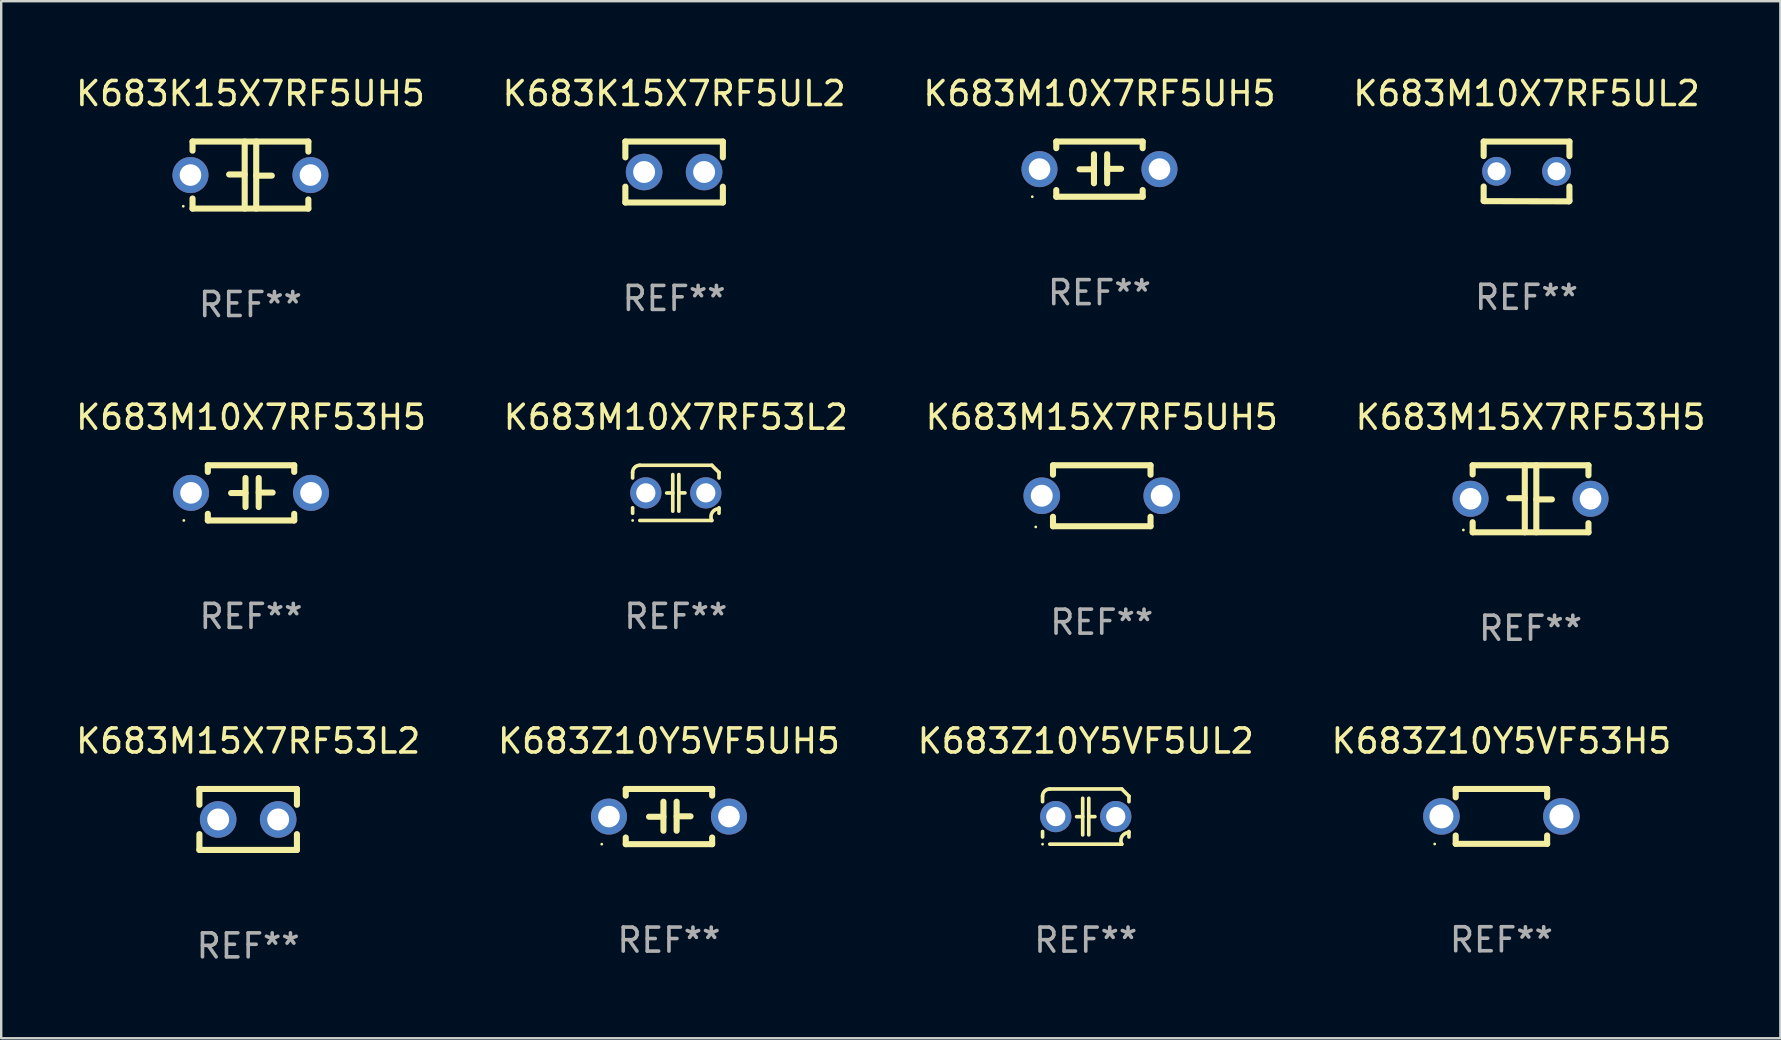
<source format=kicad_pcb>
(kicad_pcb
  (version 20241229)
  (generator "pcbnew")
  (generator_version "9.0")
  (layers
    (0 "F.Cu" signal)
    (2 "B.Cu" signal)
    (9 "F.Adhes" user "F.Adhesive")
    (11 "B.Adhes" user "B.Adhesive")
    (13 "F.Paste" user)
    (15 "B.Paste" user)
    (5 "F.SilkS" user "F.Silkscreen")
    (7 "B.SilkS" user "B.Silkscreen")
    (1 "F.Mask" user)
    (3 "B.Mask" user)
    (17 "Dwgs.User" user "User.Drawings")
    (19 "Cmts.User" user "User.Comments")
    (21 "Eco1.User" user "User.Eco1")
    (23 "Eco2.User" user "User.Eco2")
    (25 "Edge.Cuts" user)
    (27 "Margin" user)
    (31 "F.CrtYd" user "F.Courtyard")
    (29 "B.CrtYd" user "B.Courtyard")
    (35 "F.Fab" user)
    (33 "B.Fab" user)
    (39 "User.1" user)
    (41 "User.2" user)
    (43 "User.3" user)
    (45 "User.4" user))
  (footprint "K683Z10Y5VF5UH5"
    (layer "F.Cu")
    (at 24.827 30.979)
    (property "Reference" "K683Z10Y5VF5UH5" (at 0 -3.15 0) (layer "F.SilkS") (effects (font (size 1 1) (thickness 0.15))))
    (attr through_hole)
    (fp_line (start -1.8 -1.15) (end -1.8 -0.872) (stroke (width 0.254) (type solid)) (layer "F.SilkS"))
    (fp_line (start -1.8 -1.15) (end 1.8 -1.15) (stroke (width 0.254) (type solid)) (layer "F.SilkS"))
    (fp_line (start -1.8 0.872) (end -1.8 1.15) (stroke (width 0.254) (type solid)) (layer "F.SilkS"))
    (fp_line (start -1.8 1.15) (end 1.8 1.15) (stroke (width 0.254) (type solid)) (layer "F.SilkS"))
    (fp_line (start -0.23 -0.62) (end -0.23 0.59) (stroke (width 0.254) (type solid)) (layer "F.SilkS"))
    (fp_line (start -0.23 0.007) (end -0.83 0.007) (stroke (width 0.254) (type solid)) (layer "F.SilkS"))
    (fp_line (start 0.32 -0.62) (end 0.32 0.59) (stroke (width 0.254) (type solid)) (layer "F.SilkS"))
    (fp_line (start 0.32 -0.012) (end 0.9 -0.012) (stroke (width 0.254) (type solid)) (layer "F.SilkS"))
    (fp_line (start 1.8 -1.15) (end 1.8 -0.872) (stroke (width 0.254) (type solid)) (layer "F.SilkS"))
    (fp_line (start 1.8 0.872) (end 1.8 1.15) (stroke (width 0.254) (type solid)) (layer "F.SilkS"))
    (fp_circle (center -2.8 1.15) (end -2.77 1.15) (stroke (width 0.06) (type solid)) (fill no) (layer "F.SilkS"))
    (fp_text user "REF**" (at 0 5.15 0) (layer "F.Fab") (effects (font (size 1 1) (thickness 0.15))))
    (pad "1" thru_hole circle (at -2.5 0) (size 1.5 1.5) (drill 0.9) (layers "*.Cu" "*.Mask"))
    (pad "2" thru_hole circle (at 2.5 0) (size 1.5 1.5) (drill 0.9) (layers "*.Cu" "*.Mask")))
  (footprint "K683M10X7RF5UL2"
    (layer "F.Cu")
    (at 60.565 4.095)
    (property "Reference" "K683M10X7RF5UL2" (at 0 -3.246 0) (layer "F.SilkS") (effects (font (size 1 1) (thickness 0.15))))
    (attr through_hole)
    (fp_line (start -1.787 -1.246) (end -1.787 -0.642) (stroke (width 0.254) (type solid)) (layer "F.SilkS"))
    (fp_line (start -1.787 0.627) (end -1.787 1.228) (stroke (width 0.254) (type solid)) (layer "F.SilkS"))
    (fp_line (start -1.787 1.228) (end -1.75 1.237) (stroke (width 0.254) (type solid)) (layer "F.SilkS"))
    (fp_line (start -1.75 1.237) (end 1.759 1.246) (stroke (width 0.254) (type solid)) (layer "F.SilkS"))
    (fp_line (start 1.759 1.246) (end 1.787 1.218) (stroke (width 0.254) (type solid)) (layer "F.SilkS"))
    (fp_line (start 1.787 -1.246) (end -1.787 -1.246) (stroke (width 0.254) (type solid)) (layer "F.SilkS"))
    (fp_line (start 1.787 -0.639) (end 1.787 -1.246) (stroke (width 0.254) (type solid)) (layer "F.SilkS"))
    (fp_line (start 1.787 1.237) (end 1.787 0.625) (stroke (width 0.254) (type solid)) (layer "F.SilkS"))
    (fp_circle (center -1.801 1.243) (end -1.771 1.243) (stroke (width 0.06) (type solid)) (fill no) (layer "F.SilkS"))
    (fp_text user "REF**" (at 0 5.246 0) (layer "F.Fab") (effects (font (size 1 1) (thickness 0.15))))
    (pad "1" thru_hole circle (at -1.251 -0.007) (size 1.2 1.2) (drill 0.75) (layers "*.Cu" "*.Mask"))
    (pad "2" thru_hole circle (at 1.249 -0.007) (size 1.2 1.2) (drill 0.75) (layers "*.Cu" "*.Mask")))
  (footprint "K683Z10Y5VF53H5"
    (layer "F.Cu")
    (at 59.518 30.972)
    (property "Reference" "K683Z10Y5VF53H5" (at 0 -3.143 0) (layer "F.SilkS") (effects (font (size 1 1) (thickness 0.15))))
    (attr through_hole)
    (fp_line (start -1.905 -1.143) (end 1.905 -1.143) (stroke (width 0.254) (type solid)) (layer "F.SilkS"))
    (fp_line (start -1.905 -0.795) (end -1.905 -1.143) (stroke (width 0.254) (type solid)) (layer "F.SilkS"))
    (fp_line (start -1.905 1.143) (end -1.905 0.795) (stroke (width 0.254) (type solid)) (layer "F.SilkS"))
    (fp_line (start 1.905 -1.143) (end 1.905 -0.795) (stroke (width 0.254) (type solid)) (layer "F.SilkS"))
    (fp_line (start 1.905 0.795) (end 1.905 1.143) (stroke (width 0.254) (type solid)) (layer "F.SilkS"))
    (fp_line (start 1.905 1.143) (end -1.905 1.143) (stroke (width 0.254) (type solid)) (layer "F.SilkS"))
    (fp_circle (center -2.781 1.15) (end -2.751 1.15) (stroke (width 0.06) (type solid)) (fill no) (layer "F.SilkS"))
    (fp_text user "REF**" (at 0 5.143 0) (layer "F.Fab") (effects (font (size 1 1) (thickness 0.15))))
    (pad "1" thru_hole circle (at -2.5 0) (size 1.524 1.524) (drill 1) (layers "*.Cu" "*.Mask"))
    (pad "2" thru_hole circle (at 2.5 0) (size 1.524 1.524) (drill 1) (layers "*.Cu" "*.Mask")))
  (footprint "K683M15X7RF5UH5"
    (layer "F.Cu")
    (at 42.863 17.609)
    (property "Reference" "K683M15X7RF5UH5" (at 0 -3.27 0) (layer "F.SilkS") (effects (font (size 1 1) (thickness 0.15))))
    (attr through_hole)
    (fp_line (start -2.032 -1.27) (end -2.032 -0.876) (stroke (width 0.254) (type solid)) (layer "F.SilkS"))
    (fp_line (start -2.032 0.876) (end -2.032 1.27) (stroke (width 0.254) (type solid)) (layer "F.SilkS"))
    (fp_line (start -2.032 1.27) (end 2.032 1.27) (stroke (width 0.254) (type solid)) (layer "F.SilkS"))
    (fp_line (start 2.032 -1.27) (end -2.032 -1.27) (stroke (width 0.254) (type solid)) (layer "F.SilkS"))
    (fp_line (start 2.032 -0.876) (end 2.032 -1.27) (stroke (width 0.254) (type solid)) (layer "F.SilkS"))
    (fp_line (start 2.032 1.27) (end 2.032 0.876) (stroke (width 0.254) (type solid)) (layer "F.SilkS"))
    (fp_circle (center -2.751 1.3) (end -2.721 1.3) (stroke (width 0.06) (type solid)) (fill no) (layer "F.SilkS"))
    (fp_text user "REF**" (at 0 5.27 0) (layer "F.Fab") (effects (font (size 1 1) (thickness 0.15))))
    (pad "1" thru_hole circle (at -2.5 0) (size 1.524 1.524) (drill 0.914) (layers "*.Cu" "*.Mask"))
    (pad "2" thru_hole circle (at 2.5 0) (size 1.524 1.524) (drill 0.914) (layers "*.Cu" "*.Mask")))
  (footprint "K683M10X7RF53H5"
    (layer "F.Cu")
    (at 7.411 17.489)
    (property "Reference" "K683M10X7RF53H5" (at 0 -3.15 0) (layer "F.SilkS") (effects (font (size 1 1) (thickness 0.15))))
    (attr through_hole)
    (fp_line (start -1.8 -1.15) (end -1.8 -0.872) (stroke (width 0.254) (type solid)) (layer "F.SilkS"))
    (fp_line (start -1.8 -1.15) (end 1.8 -1.15) (stroke (width 0.254) (type solid)) (layer "F.SilkS"))
    (fp_line (start -1.8 0.872) (end -1.8 1.15) (stroke (width 0.254) (type solid)) (layer "F.SilkS"))
    (fp_line (start -1.8 1.15) (end 1.8 1.15) (stroke (width 0.254) (type solid)) (layer "F.SilkS"))
    (fp_line (start -0.23 -0.62) (end -0.23 0.59) (stroke (width 0.254) (type solid)) (layer "F.SilkS"))
    (fp_line (start -0.23 0.007) (end -0.83 0.007) (stroke (width 0.254) (type solid)) (layer "F.SilkS"))
    (fp_line (start 0.32 -0.62) (end 0.32 0.59) (stroke (width 0.254) (type solid)) (layer "F.SilkS"))
    (fp_line (start 0.32 -0.012) (end 0.9 -0.012) (stroke (width 0.254) (type solid)) (layer "F.SilkS"))
    (fp_line (start 1.8 -1.15) (end 1.8 -0.872) (stroke (width 0.254) (type solid)) (layer "F.SilkS"))
    (fp_line (start 1.8 0.872) (end 1.8 1.15) (stroke (width 0.254) (type solid)) (layer "F.SilkS"))
    (fp_circle (center -2.8 1.15) (end -2.77 1.15) (stroke (width 0.06) (type solid)) (fill no) (layer "F.SilkS"))
    (fp_text user "REF**" (at 0 5.15 0) (layer "F.Fab") (effects (font (size 1 1) (thickness 0.15))))
    (pad "1" thru_hole circle (at -2.5 0) (size 1.5 1.5) (drill 0.9) (layers "*.Cu" "*.Mask"))
    (pad "2" thru_hole circle (at 2.5 0) (size 1.5 1.5) (drill 0.9) (layers "*.Cu" "*.Mask")))
  (footprint "K683K15X7RF5UL2"
    (layer "F.Cu")
    (at 25.042 4.118)
    (property "Reference" "K683K15X7RF5UL2" (at 0 -3.27 0) (layer "F.SilkS") (effects (font (size 1 1) (thickness 0.15))))
    (attr through_hole)
    (fp_line (start -2.032 -1.27) (end -2.032 -0.611) (stroke (width 0.254) (type solid)) (layer "F.SilkS"))
    (fp_line (start -2.032 0.611) (end -2.032 1.27) (stroke (width 0.254) (type solid)) (layer "F.SilkS"))
    (fp_line (start -2.032 1.27) (end 2.032 1.27) (stroke (width 0.254) (type solid)) (layer "F.SilkS"))
    (fp_line (start 2.032 -1.27) (end -2.032 -1.27) (stroke (width 0.254) (type solid)) (layer "F.SilkS"))
    (fp_line (start 2.032 -0.611) (end 2.032 -1.27) (stroke (width 0.254) (type solid)) (layer "F.SilkS"))
    (fp_line (start 2.032 1.27) (end 2.032 0.611) (stroke (width 0.254) (type solid)) (layer "F.SilkS"))
    (fp_circle (center -2 1.3) (end -1.97 1.3) (stroke (width 0.06) (type solid)) (fill no) (layer "F.SilkS"))
    (fp_text user "REF**" (at 0 5.27 0) (layer "F.Fab") (effects (font (size 1 1) (thickness 0.15))))
    (pad "1" thru_hole circle (at -1.25 0) (size 1.524 1.524) (drill 0.914) (layers "*.Cu" "*.Mask"))
    (pad "2" thru_hole circle (at 1.25 0) (size 1.524 1.524) (drill 0.914) (layers "*.Cu" "*.Mask")))
  (footprint "K683M15X7RF53H5"
    (layer "F.Cu")
    (at 60.732 17.736)
    (property "Reference" "K683M15X7RF53H5" (at 0 -3.397 0) (layer "F.SilkS") (effects (font (size 1 1) (thickness 0.15))))
    (attr through_hole)
    (fp_line (start -2.413 -1.397) (end 2.413 -1.397) (stroke (width 0.254) (type solid)) (layer "F.SilkS"))
    (fp_line (start -2.413 -1.016) (end -2.413 -1.397) (stroke (width 0.254) (type solid)) (layer "F.SilkS"))
    (fp_line (start -2.413 0.977) (end -2.413 1.397) (stroke (width 0.254) (type solid)) (layer "F.SilkS"))
    (fp_line (start -0.24 -0.025) (end -0.889 -0.025) (stroke (width 0.254) (type solid)) (layer "F.SilkS"))
    (fp_line (start -0.24 1.397) (end -0.24 -1.397) (stroke (width 0.254) (type solid)) (layer "F.SilkS"))
    (fp_line (start 0.24 -1.397) (end 0.24 1.397) (stroke (width 0.254) (type solid)) (layer "F.SilkS"))
    (fp_line (start 0.24 0.025) (end 0.889 0.025) (stroke (width 0.254) (type solid)) (layer "F.SilkS"))
    (fp_line (start 2.413 -0.977) (end 2.413 -1.397) (stroke (width 0.254) (type solid)) (layer "F.SilkS"))
    (fp_line (start 2.413 1.016) (end 2.413 1.397) (stroke (width 0.254) (type solid)) (layer "F.SilkS"))
    (fp_line (start 2.413 1.397) (end -2.413 1.397) (stroke (width 0.254) (type solid)) (layer "F.SilkS"))
    (fp_circle (center -2.8 1.3) (end -2.77 1.3) (stroke (width 0.06) (type solid)) (fill no) (layer "F.SilkS"))
    (fp_text user "REF**" (at 0 5.397 0) (layer "F.Fab") (effects (font (size 1 1) (thickness 0.15))))
    (pad "1" thru_hole circle (at -2.5 0) (size 1.5 1.5) (drill 0.9) (layers "*.Cu" "*.Mask"))
    (pad "2" thru_hole circle (at 2.5 0) (size 1.5 1.5) (drill 0.9) (layers "*.Cu" "*.Mask")))
  (footprint "K683M15X7RF53L2"
    (layer "F.Cu")
    (at 7.292 31.099)
    (property "Reference" "K683M15X7RF53L2" (at 0 -3.27 0) (layer "F.SilkS") (effects (font (size 1 1) (thickness 0.15))))
    (attr through_hole)
    (fp_line (start -2.032 -1.27) (end -2.032 -0.611) (stroke (width 0.254) (type solid)) (layer "F.SilkS"))
    (fp_line (start -2.032 0.611) (end -2.032 1.27) (stroke (width 0.254) (type solid)) (layer "F.SilkS"))
    (fp_line (start -2.032 1.27) (end 2.032 1.27) (stroke (width 0.254) (type solid)) (layer "F.SilkS"))
    (fp_line (start 2.032 -1.27) (end -2.032 -1.27) (stroke (width 0.254) (type solid)) (layer "F.SilkS"))
    (fp_line (start 2.032 -0.611) (end 2.032 -1.27) (stroke (width 0.254) (type solid)) (layer "F.SilkS"))
    (fp_line (start 2.032 1.27) (end 2.032 0.611) (stroke (width 0.254) (type solid)) (layer "F.SilkS"))
    (fp_circle (center -2 1.3) (end -1.97 1.3) (stroke (width 0.06) (type solid)) (fill no) (layer "F.SilkS"))
    (fp_text user "REF**" (at 0 5.27 0) (layer "F.Fab") (effects (font (size 1 1) (thickness 0.15))))
    (pad "1" thru_hole circle (at -1.25 0) (size 1.524 1.524) (drill 0.914) (layers "*.Cu" "*.Mask"))
    (pad "2" thru_hole circle (at 1.25 0) (size 1.524 1.524) (drill 0.914) (layers "*.Cu" "*.Mask")))
  (footprint "K683Z10Y5VF5UL2"
    (layer "F.Cu")
    (at 42.196 30.979)
    (property "Reference" "K683Z10Y5VF5UL2" (at 0 -3.15 0) (layer "F.SilkS") (effects (font (size 1 1) (thickness 0.15))))
    (attr through_hole)
    (fp_line (start -1.8 -0.621) (end -1.8 -0.85) (stroke (width 0.152) (type solid)) (layer "F.SilkS"))
    (fp_line (start -1.8 0.85) (end -1.8 0.621) (stroke (width 0.152) (type solid)) (layer "F.SilkS"))
    (fp_line (start -1.5 -1.15) (end 1.5 -1.15) (stroke (width 0.152) (type solid)) (layer "F.SilkS"))
    (fp_line (start -0.127 -0.762) (end -0.127 0.762) (stroke (width 0.152) (type solid)) (layer "F.SilkS"))
    (fp_line (start -0.127 0.005) (end -0.381 0.005) (stroke (width 0.152) (type solid)) (layer "F.SilkS"))
    (fp_line (start 0.127 -0.762) (end 0.127 0.762) (stroke (width 0.152) (type solid)) (layer "F.SilkS"))
    (fp_line (start 0.127 0.002) (end 0.381 0.002) (stroke (width 0.152) (type solid)) (layer "F.SilkS"))
    (fp_line (start 1.5 1.15) (end -1.5 1.15) (stroke (width 0.152) (type solid)) (layer "F.SilkS"))
    (fp_line (start 1.8 -0.85) (end 1.8 -0.621) (stroke (width 0.152) (type solid)) (layer "F.SilkS"))
    (fp_line (start 1.8 0.621) (end 1.8 0.85) (stroke (width 0.152) (type solid)) (layer "F.SilkS"))
    (fp_arc (start -1.799975 -0.849987) (mid -1.712107 -1.062119) (end -1.499975 -1.149987) (stroke (width 0.151994) (type solid)) (layer "F.SilkS"))
    (fp_arc (start 1.499975 1.149987) (mid 1.513726 0.822359) (end 1.799975 0.662387) (stroke (width 0.151994) (type solid)) (layer "F.SilkS"))
    (fp_arc (start 1.500001 -1.149986) (mid 1.650015 -1.000001) (end 1.8 -0.849987) (stroke (width 0.151994) (type solid)) (layer "F.SilkS"))
    (fp_circle (center -1.8 1.15) (end -1.77 1.15) (stroke (width 0.06) (type solid)) (fill no) (layer "F.SilkS"))
    (fp_text user "REF**" (at 0 5.15 0) (layer "F.Fab") (effects (font (size 1 1) (thickness 0.15))))
    (pad "1" thru_hole circle (at -1.25 0) (size 1.3 1.3) (drill 0.8) (layers "*.Cu" "*.Mask"))
    (pad "2" thru_hole circle (at 1.25 0) (size 1.3 1.3) (drill 0.8) (layers "*.Cu" "*.Mask")))
  (footprint "K683M10X7RF5UH5"
    (layer "F.Cu")
    (at 42.768 3.998)
    (property "Reference" "K683M10X7RF5UH5" (at 0 -3.15 0) (layer "F.SilkS") (effects (font (size 1 1) (thickness 0.15))))
    (attr through_hole)
    (fp_line (start -1.8 -1.15) (end -1.8 -0.872) (stroke (width 0.254) (type solid)) (layer "F.SilkS"))
    (fp_line (start -1.8 -1.15) (end 1.8 -1.15) (stroke (width 0.254) (type solid)) (layer "F.SilkS"))
    (fp_line (start -1.8 0.872) (end -1.8 1.15) (stroke (width 0.254) (type solid)) (layer "F.SilkS"))
    (fp_line (start -1.8 1.15) (end 1.8 1.15) (stroke (width 0.254) (type solid)) (layer "F.SilkS"))
    (fp_line (start -0.23 -0.62) (end -0.23 0.59) (stroke (width 0.254) (type solid)) (layer "F.SilkS"))
    (fp_line (start -0.23 0.007) (end -0.83 0.007) (stroke (width 0.254) (type solid)) (layer "F.SilkS"))
    (fp_line (start 0.32 -0.62) (end 0.32 0.59) (stroke (width 0.254) (type solid)) (layer "F.SilkS"))
    (fp_line (start 0.32 -0.012) (end 0.9 -0.012) (stroke (width 0.254) (type solid)) (layer "F.SilkS"))
    (fp_line (start 1.8 -1.15) (end 1.8 -0.872) (stroke (width 0.254) (type solid)) (layer "F.SilkS"))
    (fp_line (start 1.8 0.872) (end 1.8 1.15) (stroke (width 0.254) (type solid)) (layer "F.SilkS"))
    (fp_circle (center -2.8 1.15) (end -2.77 1.15) (stroke (width 0.06) (type solid)) (fill no) (layer "F.SilkS"))
    (fp_text user "REF**" (at 0 5.15 0) (layer "F.Fab") (effects (font (size 1 1) (thickness 0.15))))
    (pad "1" thru_hole circle (at -2.5 0) (size 1.5 1.5) (drill 0.9) (layers "*.Cu" "*.Mask"))
    (pad "2" thru_hole circle (at 2.5 0) (size 1.5 1.5) (drill 0.9) (layers "*.Cu" "*.Mask")))
  (footprint "K683K15X7RF5UH5"
    (layer "F.Cu")
    (at 7.387 4.245)
    (property "Reference" "K683K15X7RF5UH5" (at 0 -3.397 0) (layer "F.SilkS") (effects (font (size 1 1) (thickness 0.15))))
    (attr through_hole)
    (fp_line (start -2.413 -1.397) (end 2.413 -1.397) (stroke (width 0.254) (type solid)) (layer "F.SilkS"))
    (fp_line (start -2.413 -1.016) (end -2.413 -1.397) (stroke (width 0.254) (type solid)) (layer "F.SilkS"))
    (fp_line (start -2.413 0.977) (end -2.413 1.397) (stroke (width 0.254) (type solid)) (layer "F.SilkS"))
    (fp_line (start -0.24 -0.025) (end -0.889 -0.025) (stroke (width 0.254) (type solid)) (layer "F.SilkS"))
    (fp_line (start -0.24 1.397) (end -0.24 -1.397) (stroke (width 0.254) (type solid)) (layer "F.SilkS"))
    (fp_line (start 0.24 -1.397) (end 0.24 1.397) (stroke (width 0.254) (type solid)) (layer "F.SilkS"))
    (fp_line (start 0.24 0.025) (end 0.889 0.025) (stroke (width 0.254) (type solid)) (layer "F.SilkS"))
    (fp_line (start 2.413 -0.977) (end 2.413 -1.397) (stroke (width 0.254) (type solid)) (layer "F.SilkS"))
    (fp_line (start 2.413 1.016) (end 2.413 1.397) (stroke (width 0.254) (type solid)) (layer "F.SilkS"))
    (fp_line (start 2.413 1.397) (end -2.413 1.397) (stroke (width 0.254) (type solid)) (layer "F.SilkS"))
    (fp_circle (center -2.8 1.3) (end -2.77 1.3) (stroke (width 0.06) (type solid)) (fill no) (layer "F.SilkS"))
    (fp_text user "REF**" (at 0 5.397 0) (layer "F.Fab") (effects (font (size 1 1) (thickness 0.15))))
    (pad "1" thru_hole circle (at -2.5 0) (size 1.5 1.5) (drill 0.9) (layers "*.Cu" "*.Mask"))
    (pad "2" thru_hole circle (at 2.5 0) (size 1.5 1.5) (drill 0.9) (layers "*.Cu" "*.Mask")))
  (footprint "K683M10X7RF53L2"
    (layer "F.Cu")
    (at 25.113 17.489)
    (property "Reference" "K683M10X7RF53L2" (at 0 -3.15 0) (layer "F.SilkS") (effects (font (size 1 1) (thickness 0.15))))
    (attr through_hole)
    (fp_line (start -1.8 -0.621) (end -1.8 -0.85) (stroke (width 0.152) (type solid)) (layer "F.SilkS"))
    (fp_line (start -1.8 0.85) (end -1.8 0.621) (stroke (width 0.152) (type solid)) (layer "F.SilkS"))
    (fp_line (start -1.5 -1.15) (end 1.5 -1.15) (stroke (width 0.152) (type solid)) (layer "F.SilkS"))
    (fp_line (start -0.127 -0.762) (end -0.127 0.762) (stroke (width 0.152) (type solid)) (layer "F.SilkS"))
    (fp_line (start -0.127 0.005) (end -0.381 0.005) (stroke (width 0.152) (type solid)) (layer "F.SilkS"))
    (fp_line (start 0.127 -0.762) (end 0.127 0.762) (stroke (width 0.152) (type solid)) (layer "F.SilkS"))
    (fp_line (start 0.127 0.002) (end 0.381 0.002) (stroke (width 0.152) (type solid)) (layer "F.SilkS"))
    (fp_line (start 1.5 1.15) (end -1.5 1.15) (stroke (width 0.152) (type solid)) (layer "F.SilkS"))
    (fp_line (start 1.8 -0.85) (end 1.8 -0.621) (stroke (width 0.152) (type solid)) (layer "F.SilkS"))
    (fp_line (start 1.8 0.621) (end 1.8 0.85) (stroke (width 0.152) (type solid)) (layer "F.SilkS"))
    (fp_arc (start -1.799975 -0.849987) (mid -1.712107 -1.062119) (end -1.499975 -1.149987) (stroke (width 0.151994) (type solid)) (layer "F.SilkS"))
    (fp_arc (start 1.499975 1.149987) (mid 1.513726 0.822359) (end 1.799975 0.662387) (stroke (width 0.151994) (type solid)) (layer "F.SilkS"))
    (fp_arc (start 1.500001 -1.149986) (mid 1.650015 -1.000001) (end 1.8 -0.849987) (stroke (width 0.151994) (type solid)) (layer "F.SilkS"))
    (fp_circle (center -1.8 1.15) (end -1.77 1.15) (stroke (width 0.06) (type solid)) (fill no) (layer "F.SilkS"))
    (fp_text user "REF**" (at 0 5.15 0) (layer "F.Fab") (effects (font (size 1 1) (thickness 0.15))))
    (pad "1" thru_hole circle (at -1.25 0) (size 1.3 1.3) (drill 0.8) (layers "*.Cu" "*.Mask"))
    (pad "2" thru_hole circle (at 1.25 0) (size 1.3 1.3) (drill 0.8) (layers "*.Cu" "*.Mask")))
  (gr_rect
    (start -3 -3)
    (end 71.143 40.218)
    (stroke (width 0.1) (type default))
    (fill no)
    (layer "Edge.Cuts")))
</source>
